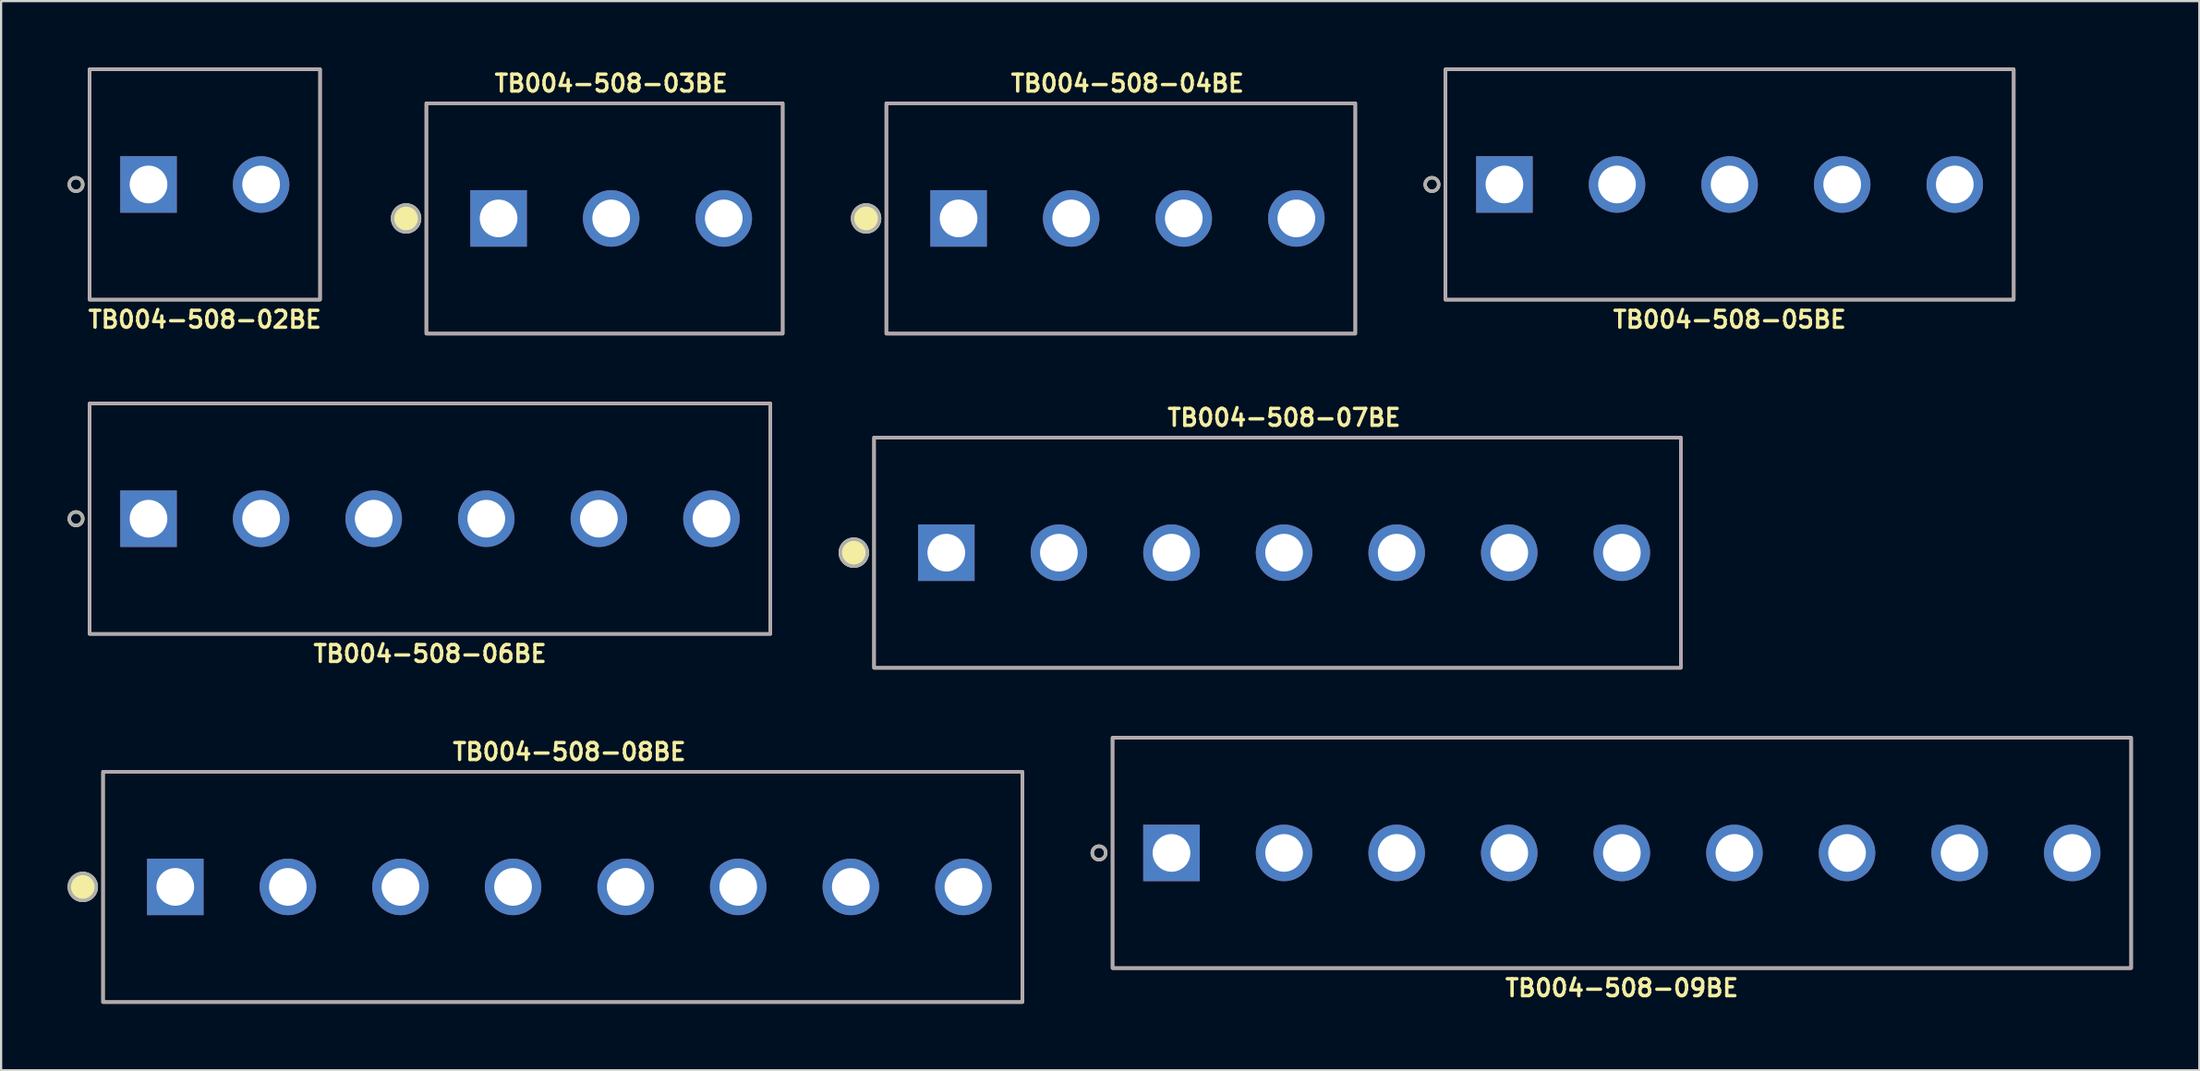
<source format=kicad_pcb>
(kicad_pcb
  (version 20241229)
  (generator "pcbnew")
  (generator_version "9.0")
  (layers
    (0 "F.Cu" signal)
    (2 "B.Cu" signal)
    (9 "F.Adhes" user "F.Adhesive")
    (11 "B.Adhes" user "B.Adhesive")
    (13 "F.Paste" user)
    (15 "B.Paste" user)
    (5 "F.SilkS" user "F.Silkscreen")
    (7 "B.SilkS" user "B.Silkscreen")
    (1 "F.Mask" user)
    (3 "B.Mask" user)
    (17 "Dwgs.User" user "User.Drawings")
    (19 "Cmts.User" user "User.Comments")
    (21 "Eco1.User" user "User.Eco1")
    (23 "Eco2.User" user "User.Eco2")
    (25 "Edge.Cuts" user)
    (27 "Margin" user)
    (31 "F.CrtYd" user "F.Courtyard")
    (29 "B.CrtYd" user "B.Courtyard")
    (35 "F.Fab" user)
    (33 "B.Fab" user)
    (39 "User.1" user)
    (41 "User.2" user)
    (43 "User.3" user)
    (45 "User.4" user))
  (footprint "TB004-508-05BE"
    (layer "F.Cu")
    (at 74.989 5.276)
    (property "Reference" "TB004-508-05BE" (at 0 6.096 0) (layer "F.SilkS") (effects (font (size 0.762 0.762) (thickness 0.152))))
    (attr through_hole)
    (fp_rect (start -12.82 -5.2) (end 12.82 5.2) (stroke (width 0.152) (type default)) (fill no) (layer "F.SilkS"))
    (fp_circle (center -13.43 0) (end -13.125 0) (stroke (width 0.152) (type solid)) (fill no) (layer "F.SilkS"))
    (fp_rect (start -12.82 -5.2) (end 12.82 5.2) (stroke (width 0.006) (type default)) (fill no) (layer "F.CrtYd"))
    (fp_rect (start -12.82 -5.2) (end 12.82 5.2) (stroke (width 0.152) (type default)) (fill no) (layer "F.Fab"))
    (fp_circle (center -13.43 0) (end -13.125 0) (stroke (width 0.152) (type solid)) (fill no) (layer "F.Fab"))
    (pad "1" thru_hole rect (at -10.16 0) (size 2.55 2.55) (drill 1.7) (layers "*.Cu" "*.Mask"))
    (pad "2" thru_hole circle (at -5.08 0) (size 2.55 2.55) (drill 1.7) (layers "*.Cu" "*.Mask"))
    (pad "3" thru_hole circle (at 0 0) (size 2.55 2.55) (drill 1.7) (layers "*.Cu" "*.Mask"))
    (pad "4" thru_hole circle (at 5.08 0) (size 2.55 2.55) (drill 1.7) (layers "*.Cu" "*.Mask"))
    (pad "5" thru_hole circle (at 10.16 0) (size 2.55 2.55) (drill 1.7) (layers "*.Cu" "*.Mask")))
  (footprint "TB004-508-07BE"
    (layer "F.Cu")
    (at 54.887 21.895)
    (property "Reference" "TB004-508-07BE" (at 0 -6.096 0) (layer "F.SilkS") (effects (font (size 0.762 0.762) (thickness 0.152))))
    (attr through_hole)
    (fp_rect (start -18.5 -5.2) (end 17.9 5.2) (stroke (width 0.152) (type default)) (fill no) (layer "F.SilkS"))
    (fp_circle (center -19.414 0) (end -18.805 0) (stroke (width 0.152) (type solid)) (fill yes) (layer "F.SilkS"))
    (fp_rect (start -18.5 -5.2) (end 17.9 5.2) (stroke (width 0.006) (type default)) (fill no) (layer "F.CrtYd"))
    (fp_rect (start -18.5 -5.2) (end 17.9 5.2) (stroke (width 0.152) (type default)) (fill no) (layer "F.Fab"))
    (fp_circle (center -19.414 0) (end -18.805 0) (stroke (width 0.152) (type solid)) (fill no) (layer "F.Fab"))
    (pad "1" thru_hole rect (at -15.24 0) (size 2.55 2.55) (drill 1.7) (layers "*.Cu" "*.Mask"))
    (pad "2" thru_hole circle (at -10.16 0) (size 2.55 2.55) (drill 1.7) (layers "*.Cu" "*.Mask"))
    (pad "3" thru_hole circle (at -5.08 0) (size 2.55 2.55) (drill 1.7) (layers "*.Cu" "*.Mask"))
    (pad "4" thru_hole circle (at 0 0) (size 2.55 2.55) (drill 1.7) (layers "*.Cu" "*.Mask"))
    (pad "5" thru_hole circle (at 5.08 0) (size 2.55 2.55) (drill 1.7) (layers "*.Cu" "*.Mask"))
    (pad "6" thru_hole circle (at 10.16 0) (size 2.55 2.55) (drill 1.7) (layers "*.Cu" "*.Mask"))
    (pad "7" thru_hole circle (at 15.24 0) (size 2.55 2.55) (drill 1.7) (layers "*.Cu" "*.Mask")))
  (footprint "TB004-508-08BE"
    (layer "F.Cu")
    (at 22.639 36.98)
    (property "Reference" "TB004-508-08BE" (at 0 -6.096 0) (layer "F.SilkS") (effects (font (size 0.762 0.762) (thickness 0.152))))
    (attr through_hole)
    (fp_rect (start -21.04 -5.2) (end 20.44 5.2) (stroke (width 0.152) (type default)) (fill no) (layer "F.SilkS"))
    (fp_circle (center -21.954 0) (end -21.345 0) (stroke (width 0.152) (type solid)) (fill yes) (layer "F.SilkS"))
    (fp_rect (start -21.04 -5.2) (end 20.44 5.2) (stroke (width 0.006) (type default)) (fill no) (layer "F.CrtYd"))
    (fp_rect (start -21.04 -5.2) (end 20.44 5.2) (stroke (width 0.152) (type default)) (fill no) (layer "F.Fab"))
    (fp_circle (center -21.954 0) (end -21.345 0) (stroke (width 0.152) (type solid)) (fill no) (layer "F.Fab"))
    (pad "1" thru_hole rect (at -17.78 0) (size 2.55 2.55) (drill 1.7) (layers "*.Cu" "*.Mask"))
    (pad "2" thru_hole circle (at -12.7 0) (size 2.55 2.55) (drill 1.7) (layers "*.Cu" "*.Mask"))
    (pad "3" thru_hole circle (at -7.62 0) (size 2.55 2.55) (drill 1.7) (layers "*.Cu" "*.Mask"))
    (pad "4" thru_hole circle (at -2.54 0) (size 2.55 2.55) (drill 1.7) (layers "*.Cu" "*.Mask"))
    (pad "5" thru_hole circle (at 2.54 0) (size 2.55 2.55) (drill 1.7) (layers "*.Cu" "*.Mask"))
    (pad "6" thru_hole circle (at 7.62 0) (size 2.55 2.55) (drill 1.7) (layers "*.Cu" "*.Mask"))
    (pad "7" thru_hole circle (at 12.7 0) (size 2.55 2.55) (drill 1.7) (layers "*.Cu" "*.Mask"))
    (pad "8" thru_hole circle (at 17.78 0) (size 2.55 2.55) (drill 1.7) (layers "*.Cu" "*.Mask")))
  (footprint "TB004-508-06BE"
    (layer "F.Cu")
    (at 16.351 20.362)
    (property "Reference" "TB004-508-06BE" (at 0 6.096 0) (layer "F.SilkS") (effects (font (size 0.762 0.762) (thickness 0.152))))
    (attr through_hole)
    (fp_rect (start -15.36 -5.2) (end 15.36 5.2) (stroke (width 0.152) (type default)) (fill no) (layer "F.SilkS"))
    (fp_circle (center -15.97 0) (end -15.665 0) (stroke (width 0.152) (type solid)) (fill no) (layer "F.SilkS"))
    (fp_rect (start -15.36 -5.2) (end 15.36 5.2) (stroke (width 0.006) (type default)) (fill no) (layer "F.CrtYd"))
    (fp_rect (start -15.36 -5.2) (end 15.36 5.2) (stroke (width 0.152) (type default)) (fill no) (layer "F.Fab"))
    (fp_circle (center -15.97 0) (end -15.665 0) (stroke (width 0.152) (type solid)) (fill no) (layer "F.Fab"))
    (pad "1" thru_hole rect (at -12.7 0) (size 2.55 2.55) (drill 1.7) (layers "*.Cu" "*.Mask"))
    (pad "2" thru_hole circle (at -7.62 0) (size 2.55 2.55) (drill 1.7) (layers "*.Cu" "*.Mask"))
    (pad "3" thru_hole circle (at -2.54 0) (size 2.55 2.55) (drill 1.7) (layers "*.Cu" "*.Mask"))
    (pad "4" thru_hole circle (at 2.54 0) (size 2.55 2.55) (drill 1.7) (layers "*.Cu" "*.Mask"))
    (pad "5" thru_hole circle (at 7.62 0) (size 2.55 2.55) (drill 1.7) (layers "*.Cu" "*.Mask"))
    (pad "6" thru_hole circle (at 12.7 0) (size 2.55 2.55) (drill 1.7) (layers "*.Cu" "*.Mask")))
  (footprint "TB004-508-04BE"
    (layer "F.Cu")
    (at 47.821 6.809)
    (property "Reference" "TB004-508-04BE" (at 0 -6.096 0) (layer "F.SilkS") (effects (font (size 0.762 0.762) (thickness 0.152))))
    (attr through_hole)
    (fp_rect (start -10.88 -5.2) (end 10.28 5.2) (stroke (width 0.152) (type default)) (fill no) (layer "F.SilkS"))
    (fp_circle (center -11.794 0) (end -11.185 0) (stroke (width 0.152) (type solid)) (fill yes) (layer "F.SilkS"))
    (fp_rect (start -10.88 -5.2) (end 10.28 5.2) (stroke (width 0.006) (type default)) (fill no) (layer "F.CrtYd"))
    (fp_rect (start -10.88 -5.2) (end 10.28 5.2) (stroke (width 0.152) (type default)) (fill no) (layer "F.Fab"))
    (fp_circle (center -11.794 0) (end -11.185 0) (stroke (width 0.152) (type solid)) (fill no) (layer "F.Fab"))
    (pad "1" thru_hole rect (at -7.62 0) (size 2.55 2.55) (drill 1.7) (layers "*.Cu" "*.Mask"))
    (pad "2" thru_hole circle (at -2.54 0) (size 2.55 2.55) (drill 1.7) (layers "*.Cu" "*.Mask"))
    (pad "3" thru_hole circle (at 2.54 0) (size 2.55 2.55) (drill 1.7) (layers "*.Cu" "*.Mask"))
    (pad "4" thru_hole circle (at 7.62 0) (size 2.55 2.55) (drill 1.7) (layers "*.Cu" "*.Mask")))
  (footprint "TB004-508-03BE"
    (layer "F.Cu")
    (at 24.526 6.809)
    (property "Reference" "TB004-508-03BE" (at 0 -6.096 0) (layer "F.SilkS") (effects (font (size 0.762 0.762) (thickness 0.152))))
    (attr through_hole)
    (fp_rect (start -8.34 -5.2) (end 7.74 5.2) (stroke (width 0.152) (type default)) (fill no) (layer "F.SilkS"))
    (fp_circle (center -9.254 0) (end -8.645 0) (stroke (width 0.152) (type solid)) (fill yes) (layer "F.SilkS"))
    (fp_rect (start -8.34 -5.2) (end 7.74 5.2) (stroke (width 0.006) (type default)) (fill no) (layer "F.CrtYd"))
    (fp_rect (start -8.34 -5.2) (end 7.74 5.2) (stroke (width 0.152) (type default)) (fill no) (layer "F.Fab"))
    (fp_circle (center -9.254 0) (end -8.645 0) (stroke (width 0.152) (type solid)) (fill no) (layer "F.Fab"))
    (pad "1" thru_hole rect (at -5.08 0) (size 2.55 2.55) (drill 1.7) (layers "*.Cu" "*.Mask"))
    (pad "2" thru_hole circle (at 0 0) (size 2.55 2.55) (drill 1.7) (layers "*.Cu" "*.Mask"))
    (pad "3" thru_hole circle (at 5.08 0) (size 2.55 2.55) (drill 1.7) (layers "*.Cu" "*.Mask")))
  (footprint "TB004-508-09BE"
    (layer "F.Cu")
    (at 70.127 35.447)
    (property "Reference" "TB004-508-09BE" (at 0 6.096 0) (layer "F.SilkS") (effects (font (size 0.762 0.762) (thickness 0.152))))
    (attr through_hole)
    (fp_rect (start -22.98 -5.2) (end 22.98 5.2) (stroke (width 0.152) (type default)) (fill no) (layer "F.SilkS"))
    (fp_circle (center -23.59 0) (end -23.285 0) (stroke (width 0.152) (type solid)) (fill no) (layer "F.SilkS"))
    (fp_rect (start -22.98 -5.2) (end 22.98 5.2) (stroke (width 0.006) (type default)) (fill no) (layer "F.CrtYd"))
    (fp_rect (start -22.98 -5.2) (end 22.98 5.2) (stroke (width 0.152) (type default)) (fill no) (layer "F.Fab"))
    (fp_circle (center -23.59 0) (end -23.285 0) (stroke (width 0.152) (type solid)) (fill no) (layer "F.Fab"))
    (pad "1" thru_hole rect (at -20.32 0) (size 2.55 2.55) (drill 1.7) (layers "*.Cu" "*.Mask"))
    (pad "2" thru_hole circle (at -15.24 0) (size 2.55 2.55) (drill 1.7) (layers "*.Cu" "*.Mask"))
    (pad "3" thru_hole circle (at -10.16 0) (size 2.55 2.55) (drill 1.7) (layers "*.Cu" "*.Mask"))
    (pad "4" thru_hole circle (at -5.08 0) (size 2.55 2.55) (drill 1.7) (layers "*.Cu" "*.Mask"))
    (pad "5" thru_hole circle (at 0 0) (size 2.55 2.55) (drill 1.7) (layers "*.Cu" "*.Mask"))
    (pad "6" thru_hole circle (at 5.08 0) (size 2.55 2.55) (drill 1.7) (layers "*.Cu" "*.Mask"))
    (pad "7" thru_hole circle (at 10.16 0) (size 2.55 2.55) (drill 1.7) (layers "*.Cu" "*.Mask"))
    (pad "8" thru_hole circle (at 15.24 0) (size 2.55 2.55) (drill 1.7) (layers "*.Cu" "*.Mask"))
    (pad "9" thru_hole circle (at 20.32 0) (size 2.55 2.55) (drill 1.7) (layers "*.Cu" "*.Mask")))
  (footprint "TB004-508-02BE"
    (layer "F.Cu")
    (at 6.191 5.276)
    (property "Reference" "TB004-508-02BE" (at 0 6.096 0) (layer "F.SilkS") (effects (font (size 0.762 0.762) (thickness 0.152))))
    (attr through_hole)
    (fp_rect (start -5.2 -5.2) (end 5.2 5.2) (stroke (width 0.152) (type default)) (fill no) (layer "F.SilkS"))
    (fp_circle (center -5.81 0) (end -5.505 0) (stroke (width 0.152) (type solid)) (fill no) (layer "F.SilkS"))
    (fp_rect (start -5.2 -5.2) (end 5.2 5.2) (stroke (width 0.006) (type default)) (fill no) (layer "F.CrtYd"))
    (fp_rect (start -5.2 -5.2) (end 5.2 5.2) (stroke (width 0.152) (type default)) (fill no) (layer "F.Fab"))
    (fp_circle (center -5.81 0) (end -5.505 0) (stroke (width 0.152) (type solid)) (fill no) (layer "F.Fab"))
    (pad "1" thru_hole rect (at -2.54 0) (size 2.55 2.55) (drill 1.7) (layers "*.Cu" "*.Mask"))
    (pad "2" thru_hole circle (at 2.54 0) (size 2.55 2.55) (drill 1.7) (layers "*.Cu" "*.Mask")))
  (gr_rect
    (start -3 -3)
    (end 96.183 45.256)
    (stroke (width 0.1) (type default))
    (fill no)
    (layer "Edge.Cuts")))
</source>
